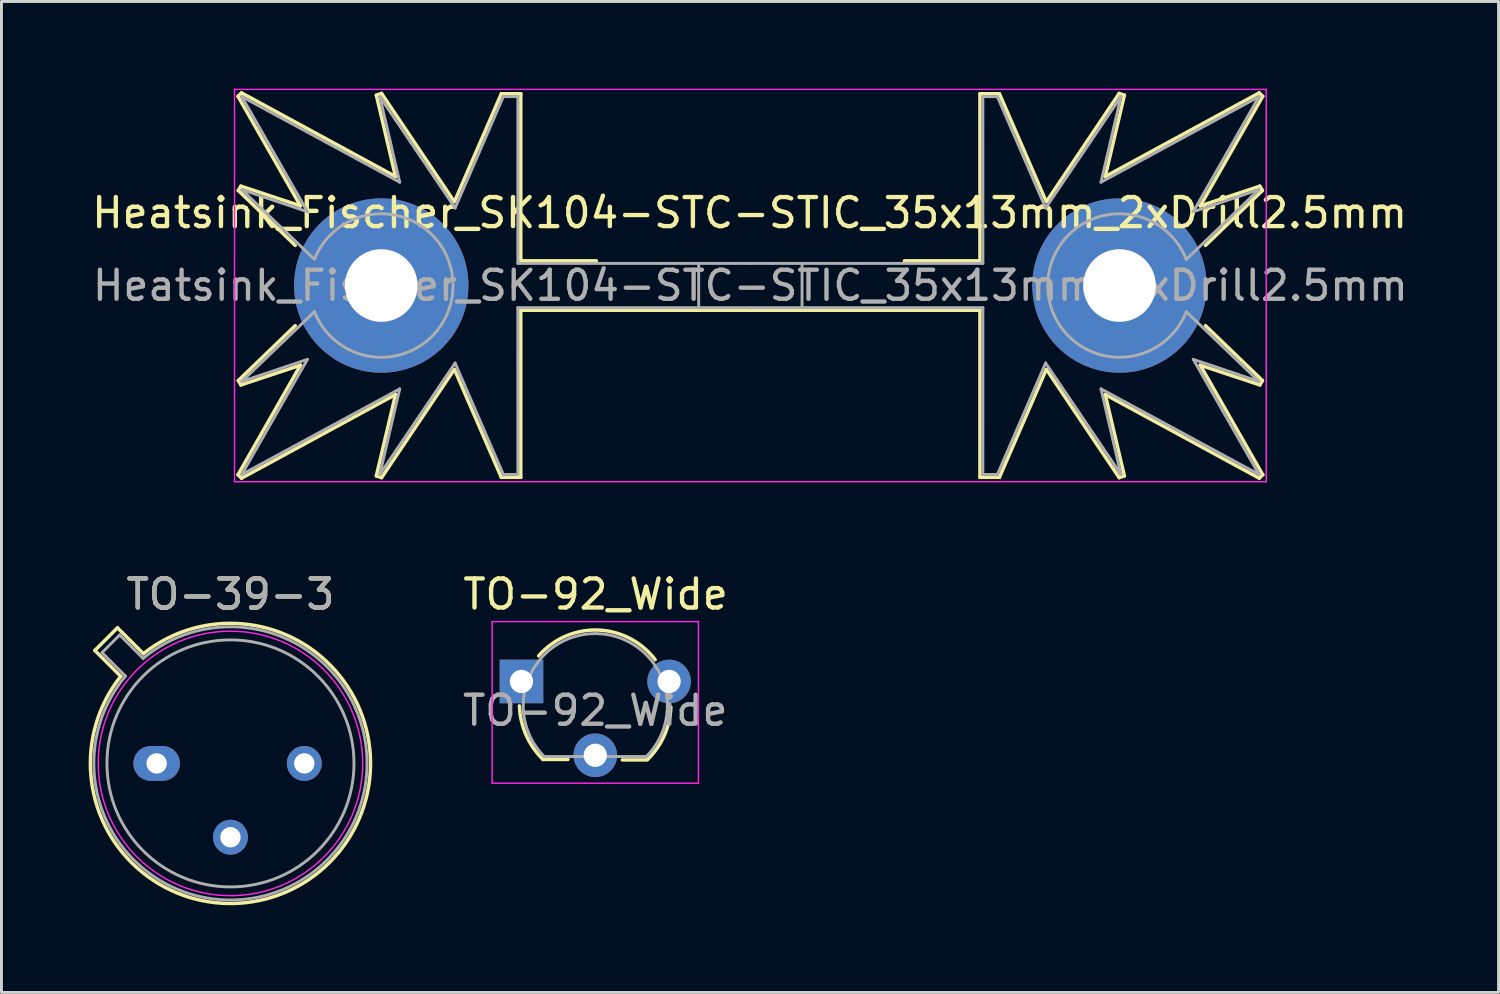
<source format=kicad_pcb>
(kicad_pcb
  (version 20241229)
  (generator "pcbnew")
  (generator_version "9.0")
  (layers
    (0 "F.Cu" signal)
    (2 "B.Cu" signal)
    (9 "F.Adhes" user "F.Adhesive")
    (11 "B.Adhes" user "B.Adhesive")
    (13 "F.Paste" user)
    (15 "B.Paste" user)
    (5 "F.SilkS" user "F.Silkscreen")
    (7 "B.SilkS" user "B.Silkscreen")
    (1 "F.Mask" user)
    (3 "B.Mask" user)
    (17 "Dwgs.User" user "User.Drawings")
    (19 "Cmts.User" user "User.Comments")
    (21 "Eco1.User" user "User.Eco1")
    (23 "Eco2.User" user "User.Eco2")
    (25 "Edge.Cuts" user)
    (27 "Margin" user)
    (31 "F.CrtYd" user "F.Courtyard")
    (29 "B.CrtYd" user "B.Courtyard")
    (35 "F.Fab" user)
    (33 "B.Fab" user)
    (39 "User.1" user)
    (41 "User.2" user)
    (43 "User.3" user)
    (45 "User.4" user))
  (footprint "Heatsink_Fischer_SK104-STC-STIC_35x13mm_2xDrill2.5mm"
    (layer "F.Cu")
    (at 22.769 6.775)
    (property "Reference" "Heatsink_Fischer_SK104-STC-STIC_35x13mm_2xDrill2.5mm" (at -0.025 -2.5 0) (layer "F.SilkS") (effects (font (size 1 1) (thickness 0.15))))
    (attr through_hole)
    (fp_line (start -17.63 -6.51) (end -15.48 -2.74) (stroke (width 0.12) (type solid)) (layer "F.SilkS"))
    (fp_line (start -17.63 6.51) (end -15.48 2.74) (stroke (width 0.12) (type solid)) (layer "F.SilkS"))
    (fp_line (start -17.62 -3.27) (end -15.66 -1.38) (stroke (width 0.12) (type solid)) (layer "F.SilkS"))
    (fp_line (start -17.62 3.27) (end -15.66 1.38) (stroke (width 0.12) (type solid)) (layer "F.SilkS"))
    (fp_line (start -17.53 -3.42) (end -17.62 -3.27) (stroke (width 0.12) (type solid)) (layer "F.SilkS"))
    (fp_line (start -17.53 3.42) (end -17.62 3.27) (stroke (width 0.12) (type solid)) (layer "F.SilkS"))
    (fp_line (start -17.51 -6.63) (end -17.63 -6.51) (stroke (width 0.12) (type solid)) (layer "F.SilkS"))
    (fp_line (start -17.51 6.63) (end -17.63 6.51) (stroke (width 0.12) (type solid)) (layer "F.SilkS"))
    (fp_line (start -15.48 -2.74) (end -17.53 -3.42) (stroke (width 0.12) (type solid)) (layer "F.SilkS"))
    (fp_line (start -15.48 2.74) (end -17.53 3.42) (stroke (width 0.12) (type solid)) (layer "F.SilkS"))
    (fp_line (start -12.87 -6.55) (end -12.21 -3.75) (stroke (width 0.12) (type solid)) (layer "F.SilkS"))
    (fp_line (start -12.87 6.55) (end -12.21 3.75) (stroke (width 0.12) (type solid)) (layer "F.SilkS"))
    (fp_line (start -12.69 -6.61) (end -12.87 -6.55) (stroke (width 0.12) (type solid)) (layer "F.SilkS"))
    (fp_line (start -12.69 6.61) (end -12.87 6.55) (stroke (width 0.12) (type solid)) (layer "F.SilkS"))
    (fp_line (start -12.21 -3.75) (end -17.51 -6.63) (stroke (width 0.12) (type solid)) (layer "F.SilkS"))
    (fp_line (start -12.21 3.75) (end -17.51 6.63) (stroke (width 0.12) (type solid)) (layer "F.SilkS"))
    (fp_line (start -10.19 -2.89) (end -12.69 -6.61) (stroke (width 0.12) (type solid)) (layer "F.SilkS"))
    (fp_line (start -10.19 2.89) (end -12.69 6.61) (stroke (width 0.12) (type solid)) (layer "F.SilkS"))
    (fp_line (start -8.57 -6.6) (end -10.18 -2.89) (stroke (width 0.12) (type solid)) (layer "F.SilkS"))
    (fp_line (start -8.57 6.6) (end -10.18 2.89) (stroke (width 0.12) (type solid)) (layer "F.SilkS"))
    (fp_line (start -7.9 -6.6) (end -8.57 -6.6) (stroke (width 0.12) (type solid)) (layer "F.SilkS"))
    (fp_line (start -7.9 -0.85) (end -7.9 -6.6) (stroke (width 0.12) (type solid)) (layer "F.SilkS"))
    (fp_line (start -7.9 0.85) (end -7.9 6.6) (stroke (width 0.12) (type solid)) (layer "F.SilkS"))
    (fp_line (start -7.9 6.6) (end -8.57 6.6) (stroke (width 0.12) (type solid)) (layer "F.SilkS"))
    (fp_line (start -5.3 -0.85) (end -7.85 -0.85) (stroke (width 0.12) (type solid)) (layer "F.SilkS"))
    (fp_line (start 0 0.85) (end -7.9 0.85) (stroke (width 0.12) (type solid)) (layer "F.SilkS"))
    (fp_line (start 0 0.85) (end 7.9 0.85) (stroke (width 0.12) (type solid)) (layer "F.SilkS"))
    (fp_line (start 5.3 -0.85) (end 7.9 -0.85) (stroke (width 0.12) (type solid)) (layer "F.SilkS"))
    (fp_line (start 7.9 -6.6) (end 8.57 -6.6) (stroke (width 0.12) (type solid)) (layer "F.SilkS"))
    (fp_line (start 7.9 -0.85) (end 7.9 -6.6) (stroke (width 0.12) (type solid)) (layer "F.SilkS"))
    (fp_line (start 7.9 0.85) (end 7.9 6.6) (stroke (width 0.12) (type solid)) (layer "F.SilkS"))
    (fp_line (start 7.9 6.6) (end 8.57 6.6) (stroke (width 0.12) (type solid)) (layer "F.SilkS"))
    (fp_line (start 8.57 -6.6) (end 10.18 -2.89) (stroke (width 0.12) (type solid)) (layer "F.SilkS"))
    (fp_line (start 8.57 6.6) (end 10.18 2.89) (stroke (width 0.12) (type solid)) (layer "F.SilkS"))
    (fp_line (start 10.19 -2.89) (end 12.69 -6.61) (stroke (width 0.12) (type solid)) (layer "F.SilkS"))
    (fp_line (start 10.19 2.89) (end 12.69 6.61) (stroke (width 0.12) (type solid)) (layer "F.SilkS"))
    (fp_line (start 12.21 -3.75) (end 17.51 -6.63) (stroke (width 0.12) (type solid)) (layer "F.SilkS"))
    (fp_line (start 12.21 3.75) (end 17.51 6.63) (stroke (width 0.12) (type solid)) (layer "F.SilkS"))
    (fp_line (start 12.69 -6.61) (end 12.87 -6.55) (stroke (width 0.12) (type solid)) (layer "F.SilkS"))
    (fp_line (start 12.69 6.61) (end 12.87 6.55) (stroke (width 0.12) (type solid)) (layer "F.SilkS"))
    (fp_line (start 12.87 -6.55) (end 12.21 -3.75) (stroke (width 0.12) (type solid)) (layer "F.SilkS"))
    (fp_line (start 12.87 6.55) (end 12.21 3.75) (stroke (width 0.12) (type solid)) (layer "F.SilkS"))
    (fp_line (start 15.48 -2.74) (end 17.53 -3.42) (stroke (width 0.12) (type solid)) (layer "F.SilkS"))
    (fp_line (start 15.48 2.74) (end 17.53 3.42) (stroke (width 0.12) (type solid)) (layer "F.SilkS"))
    (fp_line (start 17.51 -6.63) (end 17.63 -6.51) (stroke (width 0.12) (type solid)) (layer "F.SilkS"))
    (fp_line (start 17.51 6.63) (end 17.63 6.51) (stroke (width 0.12) (type solid)) (layer "F.SilkS"))
    (fp_line (start 17.53 -3.42) (end 17.62 -3.27) (stroke (width 0.12) (type solid)) (layer "F.SilkS"))
    (fp_line (start 17.53 3.42) (end 17.62 3.27) (stroke (width 0.12) (type solid)) (layer "F.SilkS"))
    (fp_line (start 17.62 -3.27) (end 15.66 -1.38) (stroke (width 0.12) (type solid)) (layer "F.SilkS"))
    (fp_line (start 17.62 3.27) (end 15.66 1.38) (stroke (width 0.12) (type solid)) (layer "F.SilkS"))
    (fp_line (start 17.63 -6.51) (end 15.48 -2.74) (stroke (width 0.12) (type solid)) (layer "F.SilkS"))
    (fp_line (start 17.63 6.51) (end 15.48 2.74) (stroke (width 0.12) (type solid)) (layer "F.SilkS"))
    (fp_line (start -17.75 -6.75) (end -17.75 6.75) (stroke (width 0.05) (type solid)) (layer "F.CrtYd"))
    (fp_line (start -17.75 -6.75) (end 17.75 -6.75) (stroke (width 0.05) (type solid)) (layer "F.CrtYd"))
    (fp_line (start 17.75 6.75) (end -17.75 6.75) (stroke (width 0.05) (type solid)) (layer "F.CrtYd"))
    (fp_line (start 17.75 6.75) (end 17.75 -6.75) (stroke (width 0.05) (type solid)) (layer "F.CrtYd"))
    (fp_line (start -17.5 -6.5) (end -15.24 -2.54) (stroke (width 0.1) (type solid)) (layer "F.Fab"))
    (fp_line (start -17.5 -6.5) (end -12.065 -3.556) (stroke (width 0.1) (type solid)) (layer "F.Fab"))
    (fp_line (start -17.5 -3.3) (end -15 -0.9) (stroke (width 0.1) (type solid)) (layer "F.Fab"))
    (fp_line (start -17.5 3.3) (end -15 0.9) (stroke (width 0.1) (type solid)) (layer "F.Fab"))
    (fp_line (start -17.5 6.5) (end -15.24 2.54) (stroke (width 0.1) (type solid)) (layer "F.Fab"))
    (fp_line (start -17.5 6.5) (end -12.065 3.556) (stroke (width 0.1) (type solid)) (layer "F.Fab"))
    (fp_line (start -15.24 -2.54) (end -17.5 -3.3) (stroke (width 0.1) (type solid)) (layer "F.Fab"))
    (fp_line (start -15.24 2.54) (end -17.5 3.3) (stroke (width 0.1) (type solid)) (layer "F.Fab"))
    (fp_line (start -12.065 -3.556) (end -12.75 -6.5) (stroke (width 0.1) (type solid)) (layer "F.Fab"))
    (fp_line (start -12.065 3.556) (end -12.75 6.5) (stroke (width 0.1) (type solid)) (layer "F.Fab"))
    (fp_line (start -10.16 -2.667) (end -12.75 -6.5) (stroke (width 0.1) (type solid)) (layer "F.Fab"))
    (fp_line (start -10.16 2.667) (end -12.75 6.5) (stroke (width 0.1) (type solid)) (layer "F.Fab"))
    (fp_line (start -8.5 -6.5) (end -10.16 -2.667) (stroke (width 0.1) (type solid)) (layer "F.Fab"))
    (fp_line (start -8.5 6.5) (end -10.16 2.667) (stroke (width 0.1) (type solid)) (layer "F.Fab"))
    (fp_line (start -8.001 -0.762) (end -8 -6.5) (stroke (width 0.1) (type solid)) (layer "F.Fab"))
    (fp_line (start -8.001 0.762) (end -8 6.5) (stroke (width 0.1) (type solid)) (layer "F.Fab"))
    (fp_line (start -8 -6.5) (end -8.5 -6.5) (stroke (width 0.1) (type solid)) (layer "F.Fab"))
    (fp_line (start -8 6.5) (end -8.5 6.5) (stroke (width 0.1) (type solid)) (layer "F.Fab"))
    (fp_line (start -1.778 0.762) (end -1.778 -0.762) (stroke (width 0.1) (type solid)) (layer "F.Fab"))
    (fp_line (start 0 -0.762) (end -8.001 -0.762) (stroke (width 0.1) (type solid)) (layer "F.Fab"))
    (fp_line (start 0 -0.762) (end 8.001 -0.762) (stroke (width 0.1) (type solid)) (layer "F.Fab"))
    (fp_line (start 0 0.762) (end -8.001 0.762) (stroke (width 0.1) (type solid)) (layer "F.Fab"))
    (fp_line (start 0 0.762) (end 8.001 0.762) (stroke (width 0.1) (type solid)) (layer "F.Fab"))
    (fp_line (start 1.778 -0.762) (end 1.778 0.762) (stroke (width 0.1) (type solid)) (layer "F.Fab"))
    (fp_line (start 8 -6.5) (end 8.5 -6.5) (stroke (width 0.1) (type solid)) (layer "F.Fab"))
    (fp_line (start 8 6.5) (end 8.5 6.5) (stroke (width 0.1) (type solid)) (layer "F.Fab"))
    (fp_line (start 8.001 -0.762) (end 8 -6.5) (stroke (width 0.1) (type solid)) (layer "F.Fab"))
    (fp_line (start 8.001 0.762) (end 8 6.5) (stroke (width 0.1) (type solid)) (layer "F.Fab"))
    (fp_line (start 8.5 -6.5) (end 10.16 -2.667) (stroke (width 0.1) (type solid)) (layer "F.Fab"))
    (fp_line (start 8.5 6.5) (end 10.16 2.667) (stroke (width 0.1) (type solid)) (layer "F.Fab"))
    (fp_line (start 10.16 -2.667) (end 12.75 -6.5) (stroke (width 0.1) (type solid)) (layer "F.Fab"))
    (fp_line (start 10.16 2.667) (end 12.75 6.5) (stroke (width 0.1) (type solid)) (layer "F.Fab"))
    (fp_line (start 12.065 -3.556) (end 12.75 -6.5) (stroke (width 0.1) (type solid)) (layer "F.Fab"))
    (fp_line (start 12.065 3.556) (end 12.75 6.5) (stroke (width 0.1) (type solid)) (layer "F.Fab"))
    (fp_line (start 15.24 -2.54) (end 17.5 -3.3) (stroke (width 0.1) (type solid)) (layer "F.Fab"))
    (fp_line (start 15.24 2.54) (end 17.5 3.3) (stroke (width 0.1) (type solid)) (layer "F.Fab"))
    (fp_line (start 17.5 -6.5) (end 12.065 -3.556) (stroke (width 0.1) (type solid)) (layer "F.Fab"))
    (fp_line (start 17.5 -6.5) (end 15.24 -2.54) (stroke (width 0.1) (type solid)) (layer "F.Fab"))
    (fp_line (start 17.5 -3.3) (end 15 -0.9) (stroke (width 0.1) (type solid)) (layer "F.Fab"))
    (fp_line (start 17.5 3.3) (end 15 0.9) (stroke (width 0.1) (type solid)) (layer "F.Fab"))
    (fp_line (start 17.5 6.5) (end 12.065 3.556) (stroke (width 0.1) (type solid)) (layer "F.Fab"))
    (fp_line (start 17.5 6.5) (end 15.24 2.54) (stroke (width 0.1) (type solid)) (layer "F.Fab"))
    (fp_arc (start -14.99272 -0.918387) (mid -10.230202 0.009888) (end -15 0.9) (stroke (width 0.1) (type solid)) (layer "F.Fab"))
    (fp_arc (start 14.99272 0.918387) (mid 10.230202 -0.009888) (end 15 -0.9) (stroke (width 0.1) (type solid)) (layer "F.Fab"))
    (fp_text user "${REFERENCE}" (at 0 0 0) (layer "F.Fab") (effects (font (size 1 1) (thickness 0.15))))
    (pad "1" thru_hole circle (at -12.7 0 180) (size 6 6) (drill 2.5) (layers "*.Cu" "*.Mask"))
    (pad "1" thru_hole circle (at 12.7 0) (size 6 6) (drill 2.5) (layers "*.Cu" "*.Mask")))
  (footprint "TO-92_Wide"
    (layer "F.Cu")
    (at 14.893 20.398)
    (property "Reference" "TO-92_Wide" (at 2.55 -3 0) (layer "F.SilkS") (effects (font (size 1 1) (thickness 0.15))))
    (attr through_hole)
    (fp_line (start 0.74 2.683) (end 1.6 2.683) (stroke (width 0.12) (type solid)) (layer "F.SilkS"))
    (fp_line (start 3.47 2.7) (end 4.33 2.7) (stroke (width 0.12) (type solid)) (layer "F.SilkS"))
    (fp_arc (start 0.59 -0.88) (mid 2.626158 -1.769116) (end 4.6 -0.75) (stroke (width 0.12) (type solid)) (layer "F.SilkS"))
    (fp_arc (start 0.74 2.683196) (mid 0.158173 1.840428) (end -0.07 0.84) (stroke (width 0.12) (type solid)) (layer "F.SilkS"))
    (fp_arc (start 5.14 0.88) (mid 4.914326 1.858975) (end 4.34 2.683196) (stroke (width 0.12) (type solid)) (layer "F.SilkS"))
    (fp_line (start -1.01 -2.06) (end -1.01 3.5) (stroke (width 0.05) (type solid)) (layer "F.CrtYd"))
    (fp_line (start -1.01 -2.06) (end 6.09 -2.06) (stroke (width 0.05) (type solid)) (layer "F.CrtYd"))
    (fp_line (start 6.09 3.5) (end -1.01 3.5) (stroke (width 0.05) (type solid)) (layer "F.CrtYd"))
    (fp_line (start 6.09 3.5) (end 6.09 -2.06) (stroke (width 0.05) (type solid)) (layer "F.CrtYd"))
    (fp_line (start 0.8 2.583) (end 4.3 2.583) (stroke (width 0.1) (type solid)) (layer "F.Fab"))
    (fp_arc (start 0.786375 2.586821) (mid 0.248779 -0.115859) (end 2.54 -1.646804) (stroke (width 0.1) (type solid)) (layer "F.Fab"))
    (fp_arc (start 2.54 -1.646804) (mid 4.831221 -0.115859) (end 4.293625 2.586821) (stroke (width 0.1) (type solid)) (layer "F.Fab"))
    (fp_text user "${REFERENCE}" (at 2.54 1 0) (layer "F.Fab") (effects (font (size 1 1) (thickness 0.15))))
    (pad "1" thru_hole rect (at 0 0) (size 1.5 1.5) (drill 0.8) (layers "*.Cu" "*.Mask"))
    (pad "2" thru_hole circle (at 2.54 2.54) (size 1.5 1.5) (drill 0.8) (layers "*.Cu" "*.Mask"))
    (pad "3" thru_hole circle (at 5.08 0) (size 1.5 1.5) (drill 0.8) (layers "*.Cu" "*.Mask")))
  (footprint "TO-39-3"
    (layer "F.Cu")
    (at 2.34 23.218)
    (property "Reference" "TO-39-3" (at 2.54 -5.82 0) (layer "F.SilkS") (effects (font (size 1 1) (thickness 0.15))))
    (attr through_hole)
    (fp_line (start -2.126 -3.888) (end -1.235 -2.997) (stroke (width 0.12) (type solid)) (layer "F.SilkS"))
    (fp_line (start -1.348 -4.666) (end -2.126 -3.888) (stroke (width 0.12) (type solid)) (layer "F.SilkS"))
    (fp_line (start -0.457 -3.775) (end -1.348 -4.666) (stroke (width 0.12) (type solid)) (layer "F.SilkS"))
    (fp_arc (start -0.457084 -3.774902) (mid 5.948125 3.408384) (end -1.234674 -2.997371) (stroke (width 0.12) (type solid)) (layer "F.SilkS"))
    (fp_circle (center 2.54 0) (end 7.09 0) (stroke (width 0.05) (type solid)) (fill no) (layer "F.CrtYd"))
    (fp_line (start -1.88 -3.812) (end -1.074 -3.005) (stroke (width 0.1) (type solid)) (layer "F.Fab"))
    (fp_line (start -1.272 -4.42) (end -1.88 -3.812) (stroke (width 0.1) (type solid)) (layer "F.Fab"))
    (fp_line (start -0.465 -3.614) (end -1.272 -4.42) (stroke (width 0.1) (type solid)) (layer "F.Fab"))
    (fp_arc (start -0.465408 -3.61352) (mid 5.863443 3.323361) (end -1.073594 -3.005319) (stroke (width 0.1) (type solid)) (layer "F.Fab"))
    (fp_circle (center 2.54 0) (end 6.79 0) (stroke (width 0.1) (type solid)) (fill no) (layer "F.Fab"))
    (fp_text user "${REFERENCE}" (at 2.54 -5.82 0) (layer "F.Fab") (effects (font (size 1 1) (thickness 0.15))))
    (pad "1" thru_hole oval (at 0 0) (size 1.6 1.2) (drill 0.7) (layers "*.Cu" "*.Mask"))
    (pad "2" thru_hole oval (at 2.54 2.54) (size 1.2 1.2) (drill 0.7) (layers "*.Cu" "*.Mask"))
    (pad "3" thru_hole oval (at 5.08 0) (size 1.2 1.2) (drill 0.7) (layers "*.Cu" "*.Mask")))
  (gr_rect
    (start -3 -3)
    (end 48.513 31.098)
    (stroke (width 0.1) (type default))
    (fill no)
    (layer "Edge.Cuts")))
</source>
